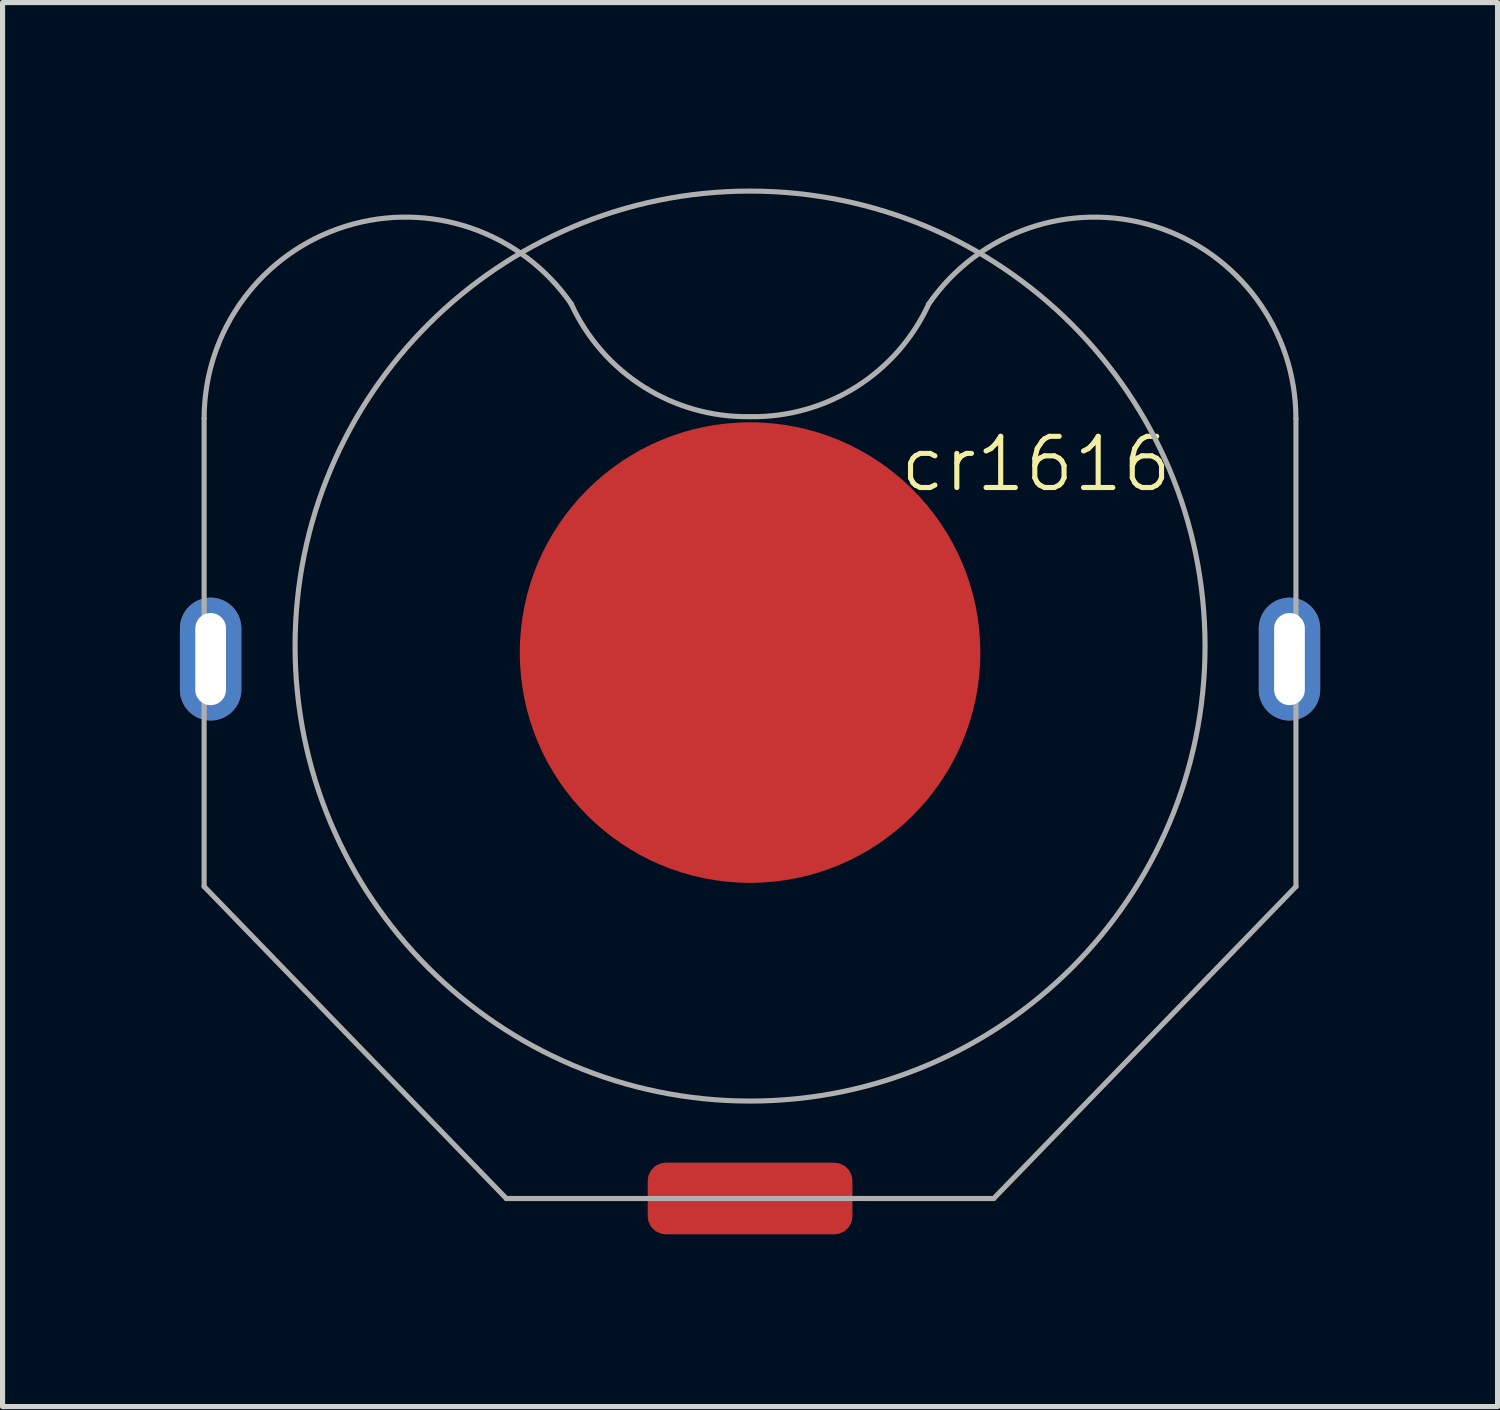
<source format=kicad_pcb>
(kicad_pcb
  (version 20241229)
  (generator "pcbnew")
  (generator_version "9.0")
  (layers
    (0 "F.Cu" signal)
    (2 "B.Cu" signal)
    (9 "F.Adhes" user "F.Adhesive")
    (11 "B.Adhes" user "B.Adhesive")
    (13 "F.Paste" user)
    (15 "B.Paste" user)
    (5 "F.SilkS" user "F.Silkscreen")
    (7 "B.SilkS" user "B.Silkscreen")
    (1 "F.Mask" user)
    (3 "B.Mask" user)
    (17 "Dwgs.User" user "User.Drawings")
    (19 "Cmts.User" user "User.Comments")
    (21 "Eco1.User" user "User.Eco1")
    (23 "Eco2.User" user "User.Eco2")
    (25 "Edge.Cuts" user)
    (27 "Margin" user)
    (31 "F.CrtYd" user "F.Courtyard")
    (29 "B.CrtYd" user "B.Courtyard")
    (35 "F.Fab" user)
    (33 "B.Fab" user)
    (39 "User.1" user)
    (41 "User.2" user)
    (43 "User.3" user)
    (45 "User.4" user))
  (footprint "cr1616"
    (layer "F.Cu")
    (at 11.607 9.702)
    (property "Reference" "cr1616" (at 5.588 -3.683 0) (unlocked yes) (layer "F.SilkS") (effects (font (size 1 1) (thickness 0.1))))
    (attr smd)
    (fp_line (start -11.557 -7.493) (end -11.557 5.207) (stroke (width 0.1) (type default)) (layer "Margin"))
    (fp_line (start -7.874 -9.652) (end -11.557 -7.493) (stroke (width 0.1) (type default)) (layer "Margin"))
    (fp_line (start -5.334 11.684) (end -11.557 5.207) (stroke (width 0.1) (type default)) (layer "Margin"))
    (fp_line (start 0 -9.652) (end -7.874 -9.652) (stroke (width 0.1) (type default)) (layer "Margin"))
    (fp_line (start 0 -9.652) (end 7.874 -9.652) (stroke (width 0.1) (type default)) (layer "Margin"))
    (fp_line (start 5.334 11.684) (end -5.334 11.684) (stroke (width 0.1) (type default)) (layer "Margin"))
    (fp_line (start 5.334 11.684) (end 11.557 5.207) (stroke (width 0.1) (type default)) (layer "Margin"))
    (fp_line (start 7.874 -9.652) (end 11.557 -7.493) (stroke (width 0.1) (type default)) (layer "Margin"))
    (fp_line (start 11.557 -7.493) (end 11.557 5.207) (stroke (width 0.1) (type default)) (layer "Margin"))
    (fp_line (start -10.668 -4.572) (end -10.668 4.572) (stroke (width 0.1) (type default)) (layer "F.Fab"))
    (fp_line (start -10.668 4.572) (end -4.763 10.668) (stroke (width 0.1) (type default)) (layer "F.Fab"))
    (fp_line (start 4.761 10.668) (end -4.763 10.668) (stroke (width 0.1) (type default)) (layer "F.Fab"))
    (fp_line (start 10.667 -4.572) (end 10.667 4.572) (stroke (width 0.1) (type default)) (layer "F.Fab"))
    (fp_line (start 10.667 4.572) (end 4.761 10.668) (stroke (width 0.1) (type default)) (layer "F.Fab"))
    (fp_arc (start -10.668 -4.572) (mid -7.904886 -8.32992) (end -3.494029 -6.81298) (stroke (width 0.1) (type default)) (layer "F.Fab"))
    (fp_arc (start -0.000637 -4.610211) (mid -2.075549 -5.191075) (end -3.494028 -6.81298) (stroke (width 0.1) (type default)) (layer "F.Fab"))
    (fp_arc (start 3.492754 -6.81298) (mid 2.074275 -5.191074) (end -0.000637 -4.610211) (stroke (width 0.1) (type default)) (layer "F.Fab"))
    (fp_arc (start 3.492755 -6.81298) (mid 7.903612 -8.32992) (end 10.666726 -4.572) (stroke (width 0.1) (type default)) (layer "F.Fab"))
    (fp_circle (center 0 -0.127) (end -8.89 0) (stroke (width 0.1) (type default)) (fill no) (layer "F.Fab"))
    (pad "1" thru_hole oval (at -10.541 0.127 90) (size 2.4 1.2) (drill oval 1.8 0.6) (layers "*.Cu" "*.Mask"))
    (pad "1" smd roundrect (at 0 10.668 90) (size 1.4 4) (layers "F.Cu" "F.Mask" "F.Paste") (roundrect_rratio 0.25))
    (pad "1" thru_hole oval (at 10.541 0.127 90) (size 2.4 1.2) (drill oval 1.8 0.6) (layers "*.Cu" "*.Mask"))
    (pad "2" smd circle (at 0 0) (size 9 9) (layers "F.Cu" "F.Mask")))
  (gr_rect
    (start -3 -3)
    (end 26.214 24.436)
    (stroke (width 0.1) (type default))
    (fill no)
    (layer "Edge.Cuts")))
</source>
